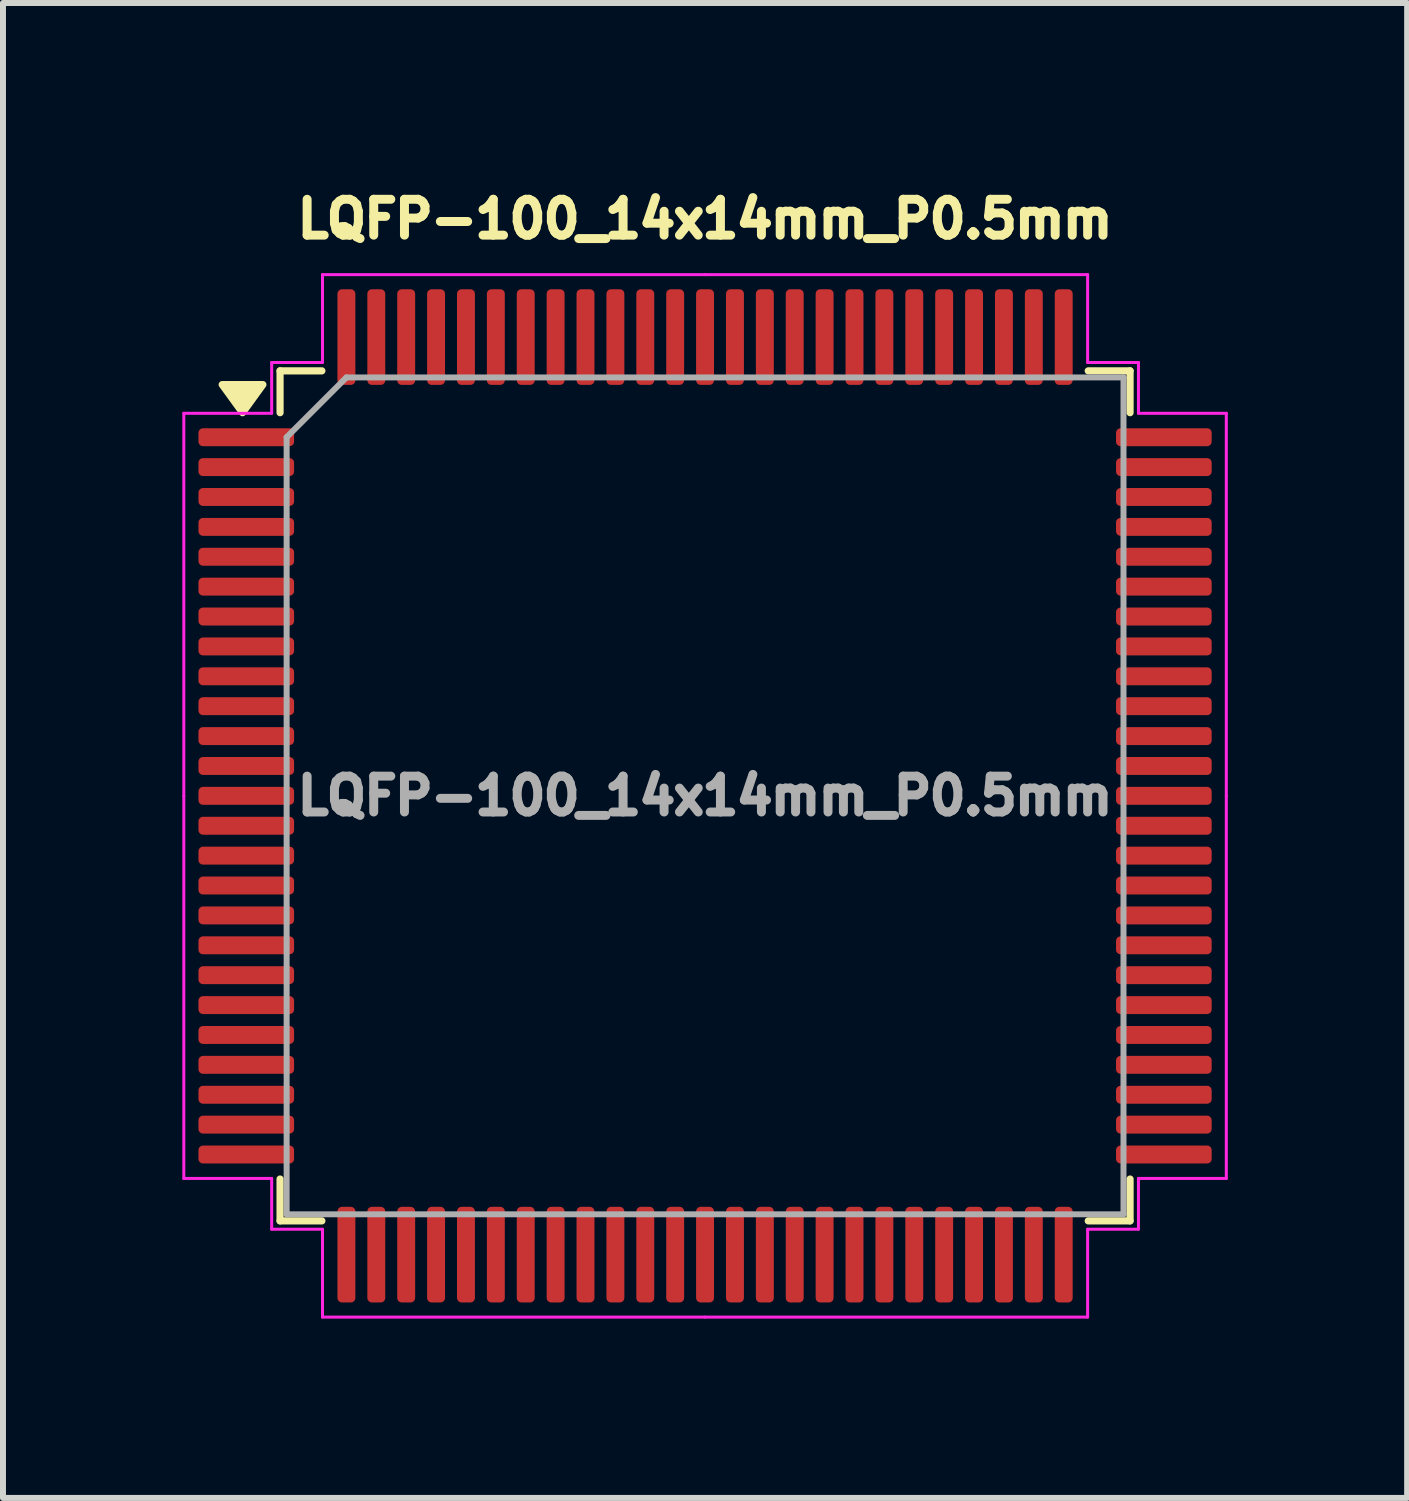
<source format=kicad_pcb>
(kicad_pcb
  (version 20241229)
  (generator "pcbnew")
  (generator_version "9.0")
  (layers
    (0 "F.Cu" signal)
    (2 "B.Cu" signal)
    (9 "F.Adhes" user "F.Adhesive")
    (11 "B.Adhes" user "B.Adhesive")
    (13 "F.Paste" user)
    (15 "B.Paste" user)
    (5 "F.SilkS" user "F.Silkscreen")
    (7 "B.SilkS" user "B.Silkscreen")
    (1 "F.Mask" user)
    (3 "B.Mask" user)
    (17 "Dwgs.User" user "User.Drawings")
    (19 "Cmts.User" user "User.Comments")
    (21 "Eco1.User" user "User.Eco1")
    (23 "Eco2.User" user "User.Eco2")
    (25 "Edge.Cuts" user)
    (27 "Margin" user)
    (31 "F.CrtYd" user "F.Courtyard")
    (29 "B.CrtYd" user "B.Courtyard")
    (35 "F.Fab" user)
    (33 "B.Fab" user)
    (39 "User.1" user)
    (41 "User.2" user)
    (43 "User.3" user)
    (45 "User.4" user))
  (footprint "LQFP-100_14x14mm_P0.5mm"
    (layer "F.Cu")
    (at 8.745 10.264)
    (property "Reference" "LQFP-100_14x14mm_P0.5mm" (at 0 -9.65 0) (layer "F.SilkS") (effects (font (size 0.6 0.6) (thickness 0.15))))
    (attr smd)
    (fp_line (start -7.11 -7.11) (end -7.11 -6.41) (stroke (width 0.12) (type solid)) (layer "F.SilkS"))
    (fp_line (start -7.11 7.11) (end -7.11 6.41) (stroke (width 0.12) (type solid)) (layer "F.SilkS"))
    (fp_line (start -6.41 -7.11) (end -7.11 -7.11) (stroke (width 0.12) (type solid)) (layer "F.SilkS"))
    (fp_line (start -6.41 7.11) (end -7.11 7.11) (stroke (width 0.12) (type solid)) (layer "F.SilkS"))
    (fp_line (start 6.41 -7.11) (end 7.11 -7.11) (stroke (width 0.12) (type solid)) (layer "F.SilkS"))
    (fp_line (start 6.41 7.11) (end 7.11 7.11) (stroke (width 0.12) (type solid)) (layer "F.SilkS"))
    (fp_line (start 7.11 -7.11) (end 7.11 -6.41) (stroke (width 0.12) (type solid)) (layer "F.SilkS"))
    (fp_line (start 7.11 7.11) (end 7.11 6.41) (stroke (width 0.12) (type solid)) (layer "F.SilkS"))
    (fp_poly (pts (xy -7.737 -6.41) (xy -8.078 -6.88) (xy -7.397 -6.88) (xy -7.737 -6.41)) (stroke (width 0.12) (type solid)) (fill yes) (layer "F.SilkS"))
    (fp_line (start -8.72 -6.4) (end -8.72 0) (stroke (width 0.05) (type solid)) (layer "F.CrtYd"))
    (fp_line (start -8.72 6.4) (end -8.72 0) (stroke (width 0.05) (type solid)) (layer "F.CrtYd"))
    (fp_line (start -7.25 -7.25) (end -7.25 -6.4) (stroke (width 0.05) (type solid)) (layer "F.CrtYd"))
    (fp_line (start -7.25 -6.4) (end -8.72 -6.4) (stroke (width 0.05) (type solid)) (layer "F.CrtYd"))
    (fp_line (start -7.25 6.4) (end -8.72 6.4) (stroke (width 0.05) (type solid)) (layer "F.CrtYd"))
    (fp_line (start -7.25 7.25) (end -7.25 6.4) (stroke (width 0.05) (type solid)) (layer "F.CrtYd"))
    (fp_line (start -6.4 -8.72) (end -6.4 -7.25) (stroke (width 0.05) (type solid)) (layer "F.CrtYd"))
    (fp_line (start -6.4 -7.25) (end -7.25 -7.25) (stroke (width 0.05) (type solid)) (layer "F.CrtYd"))
    (fp_line (start -6.4 7.25) (end -7.25 7.25) (stroke (width 0.05) (type solid)) (layer "F.CrtYd"))
    (fp_line (start -6.4 8.72) (end -6.4 7.25) (stroke (width 0.05) (type solid)) (layer "F.CrtYd"))
    (fp_line (start 0 -8.72) (end -6.4 -8.72) (stroke (width 0.05) (type solid)) (layer "F.CrtYd"))
    (fp_line (start 0 -8.72) (end 6.4 -8.72) (stroke (width 0.05) (type solid)) (layer "F.CrtYd"))
    (fp_line (start 0 8.72) (end -6.4 8.72) (stroke (width 0.05) (type solid)) (layer "F.CrtYd"))
    (fp_line (start 0 8.72) (end 6.4 8.72) (stroke (width 0.05) (type solid)) (layer "F.CrtYd"))
    (fp_line (start 6.4 -8.72) (end 6.4 -7.25) (stroke (width 0.05) (type solid)) (layer "F.CrtYd"))
    (fp_line (start 6.4 -7.25) (end 7.25 -7.25) (stroke (width 0.05) (type solid)) (layer "F.CrtYd"))
    (fp_line (start 6.4 7.25) (end 7.25 7.25) (stroke (width 0.05) (type solid)) (layer "F.CrtYd"))
    (fp_line (start 6.4 8.72) (end 6.4 7.25) (stroke (width 0.05) (type solid)) (layer "F.CrtYd"))
    (fp_line (start 7.25 -7.25) (end 7.25 -6.4) (stroke (width 0.05) (type solid)) (layer "F.CrtYd"))
    (fp_line (start 7.25 -6.4) (end 8.72 -6.4) (stroke (width 0.05) (type solid)) (layer "F.CrtYd"))
    (fp_line (start 7.25 6.4) (end 8.72 6.4) (stroke (width 0.05) (type solid)) (layer "F.CrtYd"))
    (fp_line (start 7.25 7.25) (end 7.25 6.4) (stroke (width 0.05) (type solid)) (layer "F.CrtYd"))
    (fp_line (start 8.72 -6.4) (end 8.72 0) (stroke (width 0.05) (type solid)) (layer "F.CrtYd"))
    (fp_line (start 8.72 6.4) (end 8.72 0) (stroke (width 0.05) (type solid)) (layer "F.CrtYd"))
    (fp_line (start -7 -6) (end -6 -7) (stroke (width 0.1) (type solid)) (layer "F.Fab"))
    (fp_line (start -7 7) (end -7 -6) (stroke (width 0.1) (type solid)) (layer "F.Fab"))
    (fp_line (start -6 -7) (end 7 -7) (stroke (width 0.1) (type solid)) (layer "F.Fab"))
    (fp_line (start 7 -7) (end 7 7) (stroke (width 0.1) (type solid)) (layer "F.Fab"))
    (fp_line (start 7 7) (end -7 7) (stroke (width 0.1) (type solid)) (layer "F.Fab"))
    (fp_text user "${REFERENCE}" (at 0 0 0) (layer "F.Fab") (effects (font (size 0.6 0.6) (thickness 0.15))))
    (pad "1" smd roundrect (at -7.675 -6) (size 1.6 0.3) (layers "F.Cu" "F.Mask" "F.Paste") (roundrect_rratio 0.25))
    (pad "2" smd roundrect (at -7.675 -5.5) (size 1.6 0.3) (layers "F.Cu" "F.Mask" "F.Paste") (roundrect_rratio 0.25))
    (pad "3" smd roundrect (at -7.675 -5) (size 1.6 0.3) (layers "F.Cu" "F.Mask" "F.Paste") (roundrect_rratio 0.25))
    (pad "4" smd roundrect (at -7.675 -4.5) (size 1.6 0.3) (layers "F.Cu" "F.Mask" "F.Paste") (roundrect_rratio 0.25))
    (pad "5" smd roundrect (at -7.675 -4) (size 1.6 0.3) (layers "F.Cu" "F.Mask" "F.Paste") (roundrect_rratio 0.25))
    (pad "6" smd roundrect (at -7.675 -3.5) (size 1.6 0.3) (layers "F.Cu" "F.Mask" "F.Paste") (roundrect_rratio 0.25))
    (pad "7" smd roundrect (at -7.675 -3) (size 1.6 0.3) (layers "F.Cu" "F.Mask" "F.Paste") (roundrect_rratio 0.25))
    (pad "8" smd roundrect (at -7.675 -2.5) (size 1.6 0.3) (layers "F.Cu" "F.Mask" "F.Paste") (roundrect_rratio 0.25))
    (pad "9" smd roundrect (at -7.675 -2) (size 1.6 0.3) (layers "F.Cu" "F.Mask" "F.Paste") (roundrect_rratio 0.25))
    (pad "10" smd roundrect (at -7.675 -1.5) (size 1.6 0.3) (layers "F.Cu" "F.Mask" "F.Paste") (roundrect_rratio 0.25))
    (pad "11" smd roundrect (at -7.675 -1) (size 1.6 0.3) (layers "F.Cu" "F.Mask" "F.Paste") (roundrect_rratio 0.25))
    (pad "12" smd roundrect (at -7.675 -0.5) (size 1.6 0.3) (layers "F.Cu" "F.Mask" "F.Paste") (roundrect_rratio 0.25))
    (pad "13" smd roundrect (at -7.675 0) (size 1.6 0.3) (layers "F.Cu" "F.Mask" "F.Paste") (roundrect_rratio 0.25))
    (pad "14" smd roundrect (at -7.675 0.5) (size 1.6 0.3) (layers "F.Cu" "F.Mask" "F.Paste") (roundrect_rratio 0.25))
    (pad "15" smd roundrect (at -7.675 1) (size 1.6 0.3) (layers "F.Cu" "F.Mask" "F.Paste") (roundrect_rratio 0.25))
    (pad "16" smd roundrect (at -7.675 1.5) (size 1.6 0.3) (layers "F.Cu" "F.Mask" "F.Paste") (roundrect_rratio 0.25))
    (pad "17" smd roundrect (at -7.675 2) (size 1.6 0.3) (layers "F.Cu" "F.Mask" "F.Paste") (roundrect_rratio 0.25))
    (pad "18" smd roundrect (at -7.675 2.5) (size 1.6 0.3) (layers "F.Cu" "F.Mask" "F.Paste") (roundrect_rratio 0.25))
    (pad "19" smd roundrect (at -7.675 3) (size 1.6 0.3) (layers "F.Cu" "F.Mask" "F.Paste") (roundrect_rratio 0.25))
    (pad "20" smd roundrect (at -7.675 3.5) (size 1.6 0.3) (layers "F.Cu" "F.Mask" "F.Paste") (roundrect_rratio 0.25))
    (pad "21" smd roundrect (at -7.675 4) (size 1.6 0.3) (layers "F.Cu" "F.Mask" "F.Paste") (roundrect_rratio 0.25))
    (pad "22" smd roundrect (at -7.675 4.5) (size 1.6 0.3) (layers "F.Cu" "F.Mask" "F.Paste") (roundrect_rratio 0.25))
    (pad "23" smd roundrect (at -7.675 5) (size 1.6 0.3) (layers "F.Cu" "F.Mask" "F.Paste") (roundrect_rratio 0.25))
    (pad "24" smd roundrect (at -7.675 5.5) (size 1.6 0.3) (layers "F.Cu" "F.Mask" "F.Paste") (roundrect_rratio 0.25))
    (pad "25" smd roundrect (at -7.675 6) (size 1.6 0.3) (layers "F.Cu" "F.Mask" "F.Paste") (roundrect_rratio 0.25))
    (pad "26" smd roundrect (at -6 7.675) (size 0.3 1.6) (layers "F.Cu" "F.Mask" "F.Paste") (roundrect_rratio 0.25))
    (pad "27" smd roundrect (at -5.5 7.675) (size 0.3 1.6) (layers "F.Cu" "F.Mask" "F.Paste") (roundrect_rratio 0.25))
    (pad "28" smd roundrect (at -5 7.675) (size 0.3 1.6) (layers "F.Cu" "F.Mask" "F.Paste") (roundrect_rratio 0.25))
    (pad "29" smd roundrect (at -4.5 7.675) (size 0.3 1.6) (layers "F.Cu" "F.Mask" "F.Paste") (roundrect_rratio 0.25))
    (pad "30" smd roundrect (at -4 7.675) (size 0.3 1.6) (layers "F.Cu" "F.Mask" "F.Paste") (roundrect_rratio 0.25))
    (pad "31" smd roundrect (at -3.5 7.675) (size 0.3 1.6) (layers "F.Cu" "F.Mask" "F.Paste") (roundrect_rratio 0.25))
    (pad "32" smd roundrect (at -3 7.675) (size 0.3 1.6) (layers "F.Cu" "F.Mask" "F.Paste") (roundrect_rratio 0.25))
    (pad "33" smd roundrect (at -2.5 7.675) (size 0.3 1.6) (layers "F.Cu" "F.Mask" "F.Paste") (roundrect_rratio 0.25))
    (pad "34" smd roundrect (at -2 7.675) (size 0.3 1.6) (layers "F.Cu" "F.Mask" "F.Paste") (roundrect_rratio 0.25))
    (pad "35" smd roundrect (at -1.5 7.675) (size 0.3 1.6) (layers "F.Cu" "F.Mask" "F.Paste") (roundrect_rratio 0.25))
    (pad "36" smd roundrect (at -1 7.675) (size 0.3 1.6) (layers "F.Cu" "F.Mask" "F.Paste") (roundrect_rratio 0.25))
    (pad "37" smd roundrect (at -0.5 7.675) (size 0.3 1.6) (layers "F.Cu" "F.Mask" "F.Paste") (roundrect_rratio 0.25))
    (pad "38" smd roundrect (at 0 7.675) (size 0.3 1.6) (layers "F.Cu" "F.Mask" "F.Paste") (roundrect_rratio 0.25))
    (pad "39" smd roundrect (at 0.5 7.675) (size 0.3 1.6) (layers "F.Cu" "F.Mask" "F.Paste") (roundrect_rratio 0.25))
    (pad "40" smd roundrect (at 1 7.675) (size 0.3 1.6) (layers "F.Cu" "F.Mask" "F.Paste") (roundrect_rratio 0.25))
    (pad "41" smd roundrect (at 1.5 7.675) (size 0.3 1.6) (layers "F.Cu" "F.Mask" "F.Paste") (roundrect_rratio 0.25))
    (pad "42" smd roundrect (at 2 7.675) (size 0.3 1.6) (layers "F.Cu" "F.Mask" "F.Paste") (roundrect_rratio 0.25))
    (pad "43" smd roundrect (at 2.5 7.675) (size 0.3 1.6) (layers "F.Cu" "F.Mask" "F.Paste") (roundrect_rratio 0.25))
    (pad "44" smd roundrect (at 3 7.675) (size 0.3 1.6) (layers "F.Cu" "F.Mask" "F.Paste") (roundrect_rratio 0.25))
    (pad "45" smd roundrect (at 3.5 7.675) (size 0.3 1.6) (layers "F.Cu" "F.Mask" "F.Paste") (roundrect_rratio 0.25))
    (pad "46" smd roundrect (at 4 7.675) (size 0.3 1.6) (layers "F.Cu" "F.Mask" "F.Paste") (roundrect_rratio 0.25))
    (pad "47" smd roundrect (at 4.5 7.675) (size 0.3 1.6) (layers "F.Cu" "F.Mask" "F.Paste") (roundrect_rratio 0.25))
    (pad "48" smd roundrect (at 5 7.675) (size 0.3 1.6) (layers "F.Cu" "F.Mask" "F.Paste") (roundrect_rratio 0.25))
    (pad "49" smd roundrect (at 5.5 7.675) (size 0.3 1.6) (layers "F.Cu" "F.Mask" "F.Paste") (roundrect_rratio 0.25))
    (pad "50" smd roundrect (at 6 7.675) (size 0.3 1.6) (layers "F.Cu" "F.Mask" "F.Paste") (roundrect_rratio 0.25))
    (pad "51" smd roundrect (at 7.675 6) (size 1.6 0.3) (layers "F.Cu" "F.Mask" "F.Paste") (roundrect_rratio 0.25))
    (pad "52" smd roundrect (at 7.675 5.5) (size 1.6 0.3) (layers "F.Cu" "F.Mask" "F.Paste") (roundrect_rratio 0.25))
    (pad "53" smd roundrect (at 7.675 5) (size 1.6 0.3) (layers "F.Cu" "F.Mask" "F.Paste") (roundrect_rratio 0.25))
    (pad "54" smd roundrect (at 7.675 4.5) (size 1.6 0.3) (layers "F.Cu" "F.Mask" "F.Paste") (roundrect_rratio 0.25))
    (pad "55" smd roundrect (at 7.675 4) (size 1.6 0.3) (layers "F.Cu" "F.Mask" "F.Paste") (roundrect_rratio 0.25))
    (pad "56" smd roundrect (at 7.675 3.5) (size 1.6 0.3) (layers "F.Cu" "F.Mask" "F.Paste") (roundrect_rratio 0.25))
    (pad "57" smd roundrect (at 7.675 3) (size 1.6 0.3) (layers "F.Cu" "F.Mask" "F.Paste") (roundrect_rratio 0.25))
    (pad "58" smd roundrect (at 7.675 2.5) (size 1.6 0.3) (layers "F.Cu" "F.Mask" "F.Paste") (roundrect_rratio 0.25))
    (pad "59" smd roundrect (at 7.675 2) (size 1.6 0.3) (layers "F.Cu" "F.Mask" "F.Paste") (roundrect_rratio 0.25))
    (pad "60" smd roundrect (at 7.675 1.5) (size 1.6 0.3) (layers "F.Cu" "F.Mask" "F.Paste") (roundrect_rratio 0.25))
    (pad "61" smd roundrect (at 7.675 1) (size 1.6 0.3) (layers "F.Cu" "F.Mask" "F.Paste") (roundrect_rratio 0.25))
    (pad "62" smd roundrect (at 7.675 0.5) (size 1.6 0.3) (layers "F.Cu" "F.Mask" "F.Paste") (roundrect_rratio 0.25))
    (pad "63" smd roundrect (at 7.675 0) (size 1.6 0.3) (layers "F.Cu" "F.Mask" "F.Paste") (roundrect_rratio 0.25))
    (pad "64" smd roundrect (at 7.675 -0.5) (size 1.6 0.3) (layers "F.Cu" "F.Mask" "F.Paste") (roundrect_rratio 0.25))
    (pad "65" smd roundrect (at 7.675 -1) (size 1.6 0.3) (layers "F.Cu" "F.Mask" "F.Paste") (roundrect_rratio 0.25))
    (pad "66" smd roundrect (at 7.675 -1.5) (size 1.6 0.3) (layers "F.Cu" "F.Mask" "F.Paste") (roundrect_rratio 0.25))
    (pad "67" smd roundrect (at 7.675 -2) (size 1.6 0.3) (layers "F.Cu" "F.Mask" "F.Paste") (roundrect_rratio 0.25))
    (pad "68" smd roundrect (at 7.675 -2.5) (size 1.6 0.3) (layers "F.Cu" "F.Mask" "F.Paste") (roundrect_rratio 0.25))
    (pad "69" smd roundrect (at 7.675 -3) (size 1.6 0.3) (layers "F.Cu" "F.Mask" "F.Paste") (roundrect_rratio 0.25))
    (pad "70" smd roundrect (at 7.675 -3.5) (size 1.6 0.3) (layers "F.Cu" "F.Mask" "F.Paste") (roundrect_rratio 0.25))
    (pad "71" smd roundrect (at 7.675 -4) (size 1.6 0.3) (layers "F.Cu" "F.Mask" "F.Paste") (roundrect_rratio 0.25))
    (pad "72" smd roundrect (at 7.675 -4.5) (size 1.6 0.3) (layers "F.Cu" "F.Mask" "F.Paste") (roundrect_rratio 0.25))
    (pad "73" smd roundrect (at 7.675 -5) (size 1.6 0.3) (layers "F.Cu" "F.Mask" "F.Paste") (roundrect_rratio 0.25))
    (pad "74" smd roundrect (at 7.675 -5.5) (size 1.6 0.3) (layers "F.Cu" "F.Mask" "F.Paste") (roundrect_rratio 0.25))
    (pad "75" smd roundrect (at 7.675 -6) (size 1.6 0.3) (layers "F.Cu" "F.Mask" "F.Paste") (roundrect_rratio 0.25))
    (pad "76" smd roundrect (at 6 -7.675) (size 0.3 1.6) (layers "F.Cu" "F.Mask" "F.Paste") (roundrect_rratio 0.25))
    (pad "77" smd roundrect (at 5.5 -7.675) (size 0.3 1.6) (layers "F.Cu" "F.Mask" "F.Paste") (roundrect_rratio 0.25))
    (pad "78" smd roundrect (at 5 -7.675) (size 0.3 1.6) (layers "F.Cu" "F.Mask" "F.Paste") (roundrect_rratio 0.25))
    (pad "79" smd roundrect (at 4.5 -7.675) (size 0.3 1.6) (layers "F.Cu" "F.Mask" "F.Paste") (roundrect_rratio 0.25))
    (pad "80" smd roundrect (at 4 -7.675) (size 0.3 1.6) (layers "F.Cu" "F.Mask" "F.Paste") (roundrect_rratio 0.25))
    (pad "81" smd roundrect (at 3.5 -7.675) (size 0.3 1.6) (layers "F.Cu" "F.Mask" "F.Paste") (roundrect_rratio 0.25))
    (pad "82" smd roundrect (at 3 -7.675) (size 0.3 1.6) (layers "F.Cu" "F.Mask" "F.Paste") (roundrect_rratio 0.25))
    (pad "83" smd roundrect (at 2.5 -7.675) (size 0.3 1.6) (layers "F.Cu" "F.Mask" "F.Paste") (roundrect_rratio 0.25))
    (pad "84" smd roundrect (at 2 -7.675) (size 0.3 1.6) (layers "F.Cu" "F.Mask" "F.Paste") (roundrect_rratio 0.25))
    (pad "85" smd roundrect (at 1.5 -7.675) (size 0.3 1.6) (layers "F.Cu" "F.Mask" "F.Paste") (roundrect_rratio 0.25))
    (pad "86" smd roundrect (at 1 -7.675) (size 0.3 1.6) (layers "F.Cu" "F.Mask" "F.Paste") (roundrect_rratio 0.25))
    (pad "87" smd roundrect (at 0.5 -7.675) (size 0.3 1.6) (layers "F.Cu" "F.Mask" "F.Paste") (roundrect_rratio 0.25))
    (pad "88" smd roundrect (at 0 -7.675) (size 0.3 1.6) (layers "F.Cu" "F.Mask" "F.Paste") (roundrect_rratio 0.25))
    (pad "89" smd roundrect (at -0.5 -7.675) (size 0.3 1.6) (layers "F.Cu" "F.Mask" "F.Paste") (roundrect_rratio 0.25))
    (pad "90" smd roundrect (at -1 -7.675) (size 0.3 1.6) (layers "F.Cu" "F.Mask" "F.Paste") (roundrect_rratio 0.25))
    (pad "91" smd roundrect (at -1.5 -7.675) (size 0.3 1.6) (layers "F.Cu" "F.Mask" "F.Paste") (roundrect_rratio 0.25))
    (pad "92" smd roundrect (at -2 -7.675) (size 0.3 1.6) (layers "F.Cu" "F.Mask" "F.Paste") (roundrect_rratio 0.25))
    (pad "93" smd roundrect (at -2.5 -7.675) (size 0.3 1.6) (layers "F.Cu" "F.Mask" "F.Paste") (roundrect_rratio 0.25))
    (pad "94" smd roundrect (at -3 -7.675) (size 0.3 1.6) (layers "F.Cu" "F.Mask" "F.Paste") (roundrect_rratio 0.25))
    (pad "95" smd roundrect (at -3.5 -7.675) (size 0.3 1.6) (layers "F.Cu" "F.Mask" "F.Paste") (roundrect_rratio 0.25))
    (pad "96" smd roundrect (at -4 -7.675) (size 0.3 1.6) (layers "F.Cu" "F.Mask" "F.Paste") (roundrect_rratio 0.25))
    (pad "97" smd roundrect (at -4.5 -7.675) (size 0.3 1.6) (layers "F.Cu" "F.Mask" "F.Paste") (roundrect_rratio 0.25))
    (pad "98" smd roundrect (at -5 -7.675) (size 0.3 1.6) (layers "F.Cu" "F.Mask" "F.Paste") (roundrect_rratio 0.25))
    (pad "99" smd roundrect (at -5.5 -7.675) (size 0.3 1.6) (layers "F.Cu" "F.Mask" "F.Paste") (roundrect_rratio 0.25))
    (pad "100" smd roundrect (at -6 -7.675) (size 0.3 1.6) (layers "F.Cu" "F.Mask" "F.Paste") (roundrect_rratio 0.25)))
  (gr_rect
    (start -3 -3)
    (end 20.49 22.009)
    (stroke (width 0.1) (type default))
    (fill no)
    (layer "Edge.Cuts")))
</source>
